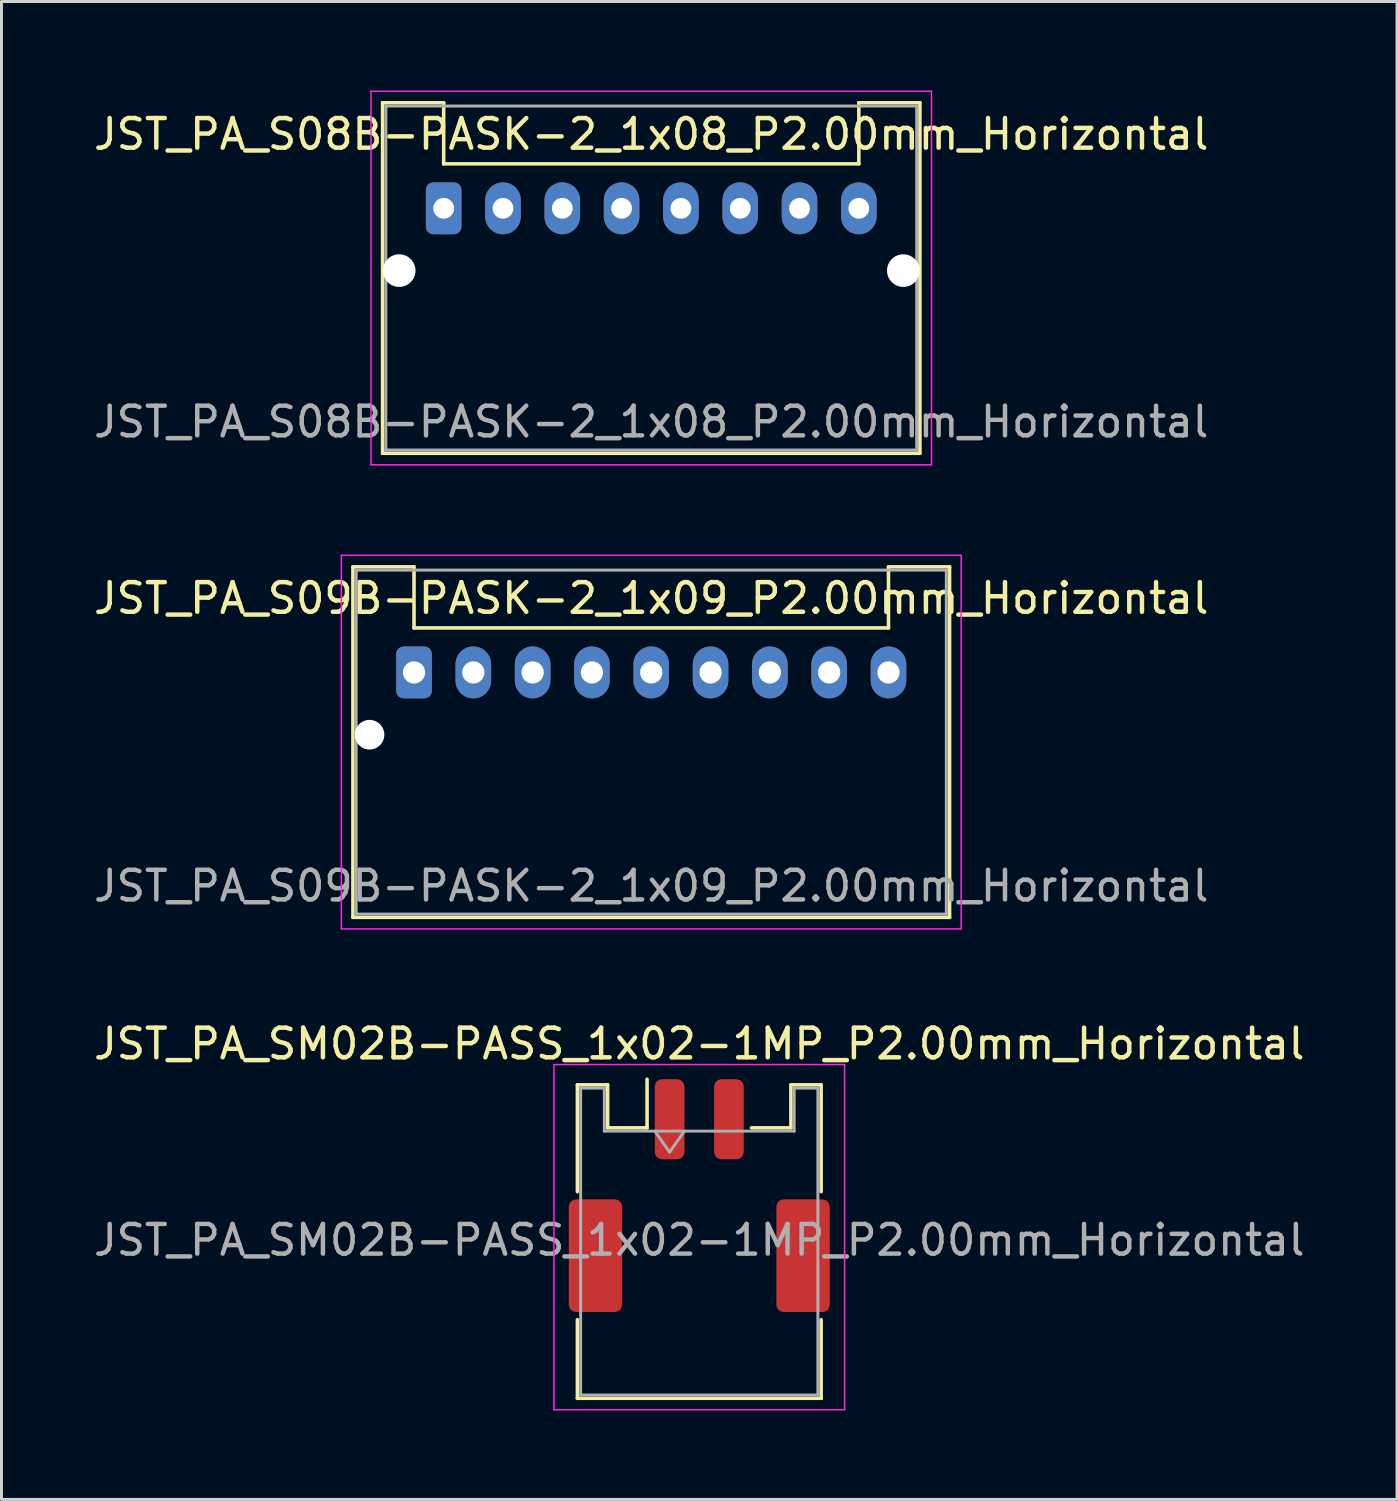
<source format=kicad_pcb>
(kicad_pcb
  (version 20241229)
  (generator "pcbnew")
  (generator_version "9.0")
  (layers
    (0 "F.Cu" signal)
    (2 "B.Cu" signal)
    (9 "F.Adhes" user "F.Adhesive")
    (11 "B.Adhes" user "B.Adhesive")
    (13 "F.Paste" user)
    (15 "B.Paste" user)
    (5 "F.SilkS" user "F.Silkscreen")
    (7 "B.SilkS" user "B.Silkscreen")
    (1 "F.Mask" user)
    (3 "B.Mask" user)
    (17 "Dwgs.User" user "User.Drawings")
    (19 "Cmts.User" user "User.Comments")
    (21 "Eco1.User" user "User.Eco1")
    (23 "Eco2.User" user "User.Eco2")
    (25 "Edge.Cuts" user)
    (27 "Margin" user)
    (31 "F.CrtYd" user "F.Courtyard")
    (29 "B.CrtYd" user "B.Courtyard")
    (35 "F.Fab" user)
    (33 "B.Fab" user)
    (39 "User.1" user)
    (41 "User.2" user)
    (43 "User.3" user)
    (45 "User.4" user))
  (footprint "JST_PA_SM02B-PASS_1x02-1MP_P2.00mm_Horizontal"
    (layer "F.Cu")
    (at 20.53 37.268)
    (property "Reference" "JST_PA_SM02B-PASS_1x02-1MP_P2.00mm_Horizontal" (at 0 -5.12 0) (layer "F.SilkS") (effects (font (size 1 1) (thickness 0.15))))
    (attr smd)
    (fp_line (start -4.11 -3.735) (end -3.09 -3.735) (stroke (width 0.12) (type solid)) (layer "F.SilkS"))
    (fp_line (start -4.11 -0.135) (end -4.11 -3.735) (stroke (width 0.12) (type solid)) (layer "F.SilkS"))
    (fp_line (start -4.11 4.185) (end -4.11 6.835) (stroke (width 0.12) (type solid)) (layer "F.SilkS"))
    (fp_line (start -4.11 6.835) (end 4.11 6.835) (stroke (width 0.12) (type solid)) (layer "F.SilkS"))
    (fp_line (start -3.09 -3.735) (end -3.09 -2.285) (stroke (width 0.12) (type solid)) (layer "F.SilkS"))
    (fp_line (start -3.09 -2.285) (end -1.76 -2.285) (stroke (width 0.12) (type solid)) (layer "F.SilkS"))
    (fp_line (start -1.76 -2.285) (end -1.76 -3.925) (stroke (width 0.12) (type solid)) (layer "F.SilkS"))
    (fp_line (start 3.09 -3.735) (end 3.09 -2.285) (stroke (width 0.12) (type solid)) (layer "F.SilkS"))
    (fp_line (start 3.09 -2.285) (end 1.76 -2.285) (stroke (width 0.12) (type solid)) (layer "F.SilkS"))
    (fp_line (start 4.11 -3.735) (end 3.09 -3.735) (stroke (width 0.12) (type solid)) (layer "F.SilkS"))
    (fp_line (start 4.11 -0.135) (end 4.11 -3.735) (stroke (width 0.12) (type solid)) (layer "F.SilkS"))
    (fp_line (start 4.11 6.835) (end 4.11 4.185) (stroke (width 0.12) (type solid)) (layer "F.SilkS"))
    (fp_line (start -4.9 -4.42) (end -4.9 7.22) (stroke (width 0.05) (type solid)) (layer "F.CrtYd"))
    (fp_line (start -4.9 7.22) (end 4.9 7.22) (stroke (width 0.05) (type solid)) (layer "F.CrtYd"))
    (fp_line (start 4.9 -4.42) (end -4.9 -4.42) (stroke (width 0.05) (type solid)) (layer "F.CrtYd"))
    (fp_line (start 4.9 7.22) (end 4.9 -4.42) (stroke (width 0.05) (type solid)) (layer "F.CrtYd"))
    (fp_line (start -4 -3.625) (end -4 6.725) (stroke (width 0.1) (type solid)) (layer "F.Fab"))
    (fp_line (start -4 -3.625) (end -3.2 -3.625) (stroke (width 0.1) (type solid)) (layer "F.Fab"))
    (fp_line (start -4 6.725) (end 4 6.725) (stroke (width 0.1) (type solid)) (layer "F.Fab"))
    (fp_line (start -3.2 -3.625) (end -3.2 -2.175) (stroke (width 0.1) (type solid)) (layer "F.Fab"))
    (fp_line (start -3.2 -2.175) (end 3.2 -2.175) (stroke (width 0.1) (type solid)) (layer "F.Fab"))
    (fp_line (start -1.5 -2.175) (end -1 -1.468) (stroke (width 0.1) (type solid)) (layer "F.Fab"))
    (fp_line (start -1 -1.468) (end -0.5 -2.175) (stroke (width 0.1) (type solid)) (layer "F.Fab"))
    (fp_line (start 3.2 -3.625) (end 4 -3.625) (stroke (width 0.1) (type solid)) (layer "F.Fab"))
    (fp_line (start 3.2 -2.175) (end 3.2 -3.625) (stroke (width 0.1) (type solid)) (layer "F.Fab"))
    (fp_line (start 4 -3.625) (end 4 6.725) (stroke (width 0.1) (type solid)) (layer "F.Fab"))
    (fp_text user "${REFERENCE}" (at 0 1.5 0) (layer "F.Fab") (effects (font (size 1 1) (thickness 0.15))))
    (pad "1" smd roundrect (at -1 -2.575) (size 1 2.7) (layers "F.Cu" "F.Mask" "F.Paste") (roundrect_rratio 0.25))
    (pad "2" smd roundrect (at 1 -2.575) (size 1 2.7) (layers "F.Cu" "F.Mask" "F.Paste") (roundrect_rratio 0.25))
    (pad "MP" smd roundrect (at -3.5 2.025) (size 1.8 3.8) (layers "F.Cu" "F.Mask" "F.Paste") (roundrect_rratio 0.139))
    (pad "MP" smd roundrect (at 3.5 2.025) (size 1.8 3.8) (layers "F.Cu" "F.Mask" "F.Paste") (roundrect_rratio 0.139)))
  (footprint "JST_PA_S08B-PASK-2_1x08_P2.00mm_Horizontal"
    (layer "F.Cu")
    (at 11.911 3.975)
    (property "Reference" "JST_PA_S08B-PASK-2_1x08_P2.00mm_Horizontal" (at 7 -2.5 0) (layer "F.SilkS") (effects (font (size 1 1) (thickness 0.15))))
    (attr through_hole)
    (fp_line (start -2.06 -3.56) (end -2.06 8.26) (stroke (width 0.12) (type solid)) (layer "F.SilkS"))
    (fp_line (start -2.06 8.26) (end 16.06 8.26) (stroke (width 0.12) (type solid)) (layer "F.SilkS"))
    (fp_line (start 0 -3.56) (end -2.06 -3.56) (stroke (width 0.12) (type solid)) (layer "F.SilkS"))
    (fp_line (start 0 -1.5) (end 0 -3.56) (stroke (width 0.12) (type solid)) (layer "F.SilkS"))
    (fp_line (start 0 -1.5) (end 14 -1.5) (stroke (width 0.12) (type solid)) (layer "F.SilkS"))
    (fp_line (start 14 -3.56) (end 16.06 -3.56) (stroke (width 0.12) (type solid)) (layer "F.SilkS"))
    (fp_line (start 14 -1.5) (end 14 -3.56) (stroke (width 0.12) (type solid)) (layer "F.SilkS"))
    (fp_line (start 16.06 8.26) (end 16.06 -3.56) (stroke (width 0.12) (type solid)) (layer "F.SilkS"))
    (fp_line (start -2.45 -3.95) (end -2.45 8.65) (stroke (width 0.05) (type solid)) (layer "F.CrtYd"))
    (fp_line (start -2.45 8.65) (end 16.45 8.65) (stroke (width 0.05) (type solid)) (layer "F.CrtYd"))
    (fp_line (start 16.45 -3.95) (end -2.45 -3.95) (stroke (width 0.05) (type solid)) (layer "F.CrtYd"))
    (fp_line (start 16.45 8.65) (end 16.45 -3.95) (stroke (width 0.05) (type solid)) (layer "F.CrtYd"))
    (fp_line (start -1.95 -3.45) (end -1.95 8.15) (stroke (width 0.1) (type solid)) (layer "F.Fab"))
    (fp_line (start -1.95 8.15) (end 15.95 8.15) (stroke (width 0.1) (type solid)) (layer "F.Fab"))
    (fp_line (start 15.95 -3.45) (end -1.95 -3.45) (stroke (width 0.1) (type solid)) (layer "F.Fab"))
    (fp_line (start 15.95 8.15) (end 15.95 -3.45) (stroke (width 0.1) (type solid)) (layer "F.Fab"))
    (fp_text user "${REFERENCE}" (at 7 7.2 0) (layer "F.Fab") (effects (font (size 1 1) (thickness 0.15))))
    (pad "" np_thru_hole oval (at -1.5 2.1) (size 1.1 1.1) (drill 1.1) (layers "*.Cu" "*.Mask"))
    (pad "" np_thru_hole oval (at 15.5 2.1) (size 1.1 1.1) (drill 1.1) (layers "*.Cu" "*.Mask"))
    (pad "1" thru_hole roundrect (at 0 0) (size 1.2 1.75) (drill 0.7) (layers "*.Cu" "*.Mask") (roundrect_rratio 0.208))
    (pad "2" thru_hole oval (at 2 0) (size 1.2 1.75) (drill 0.7) (layers "*.Cu" "*.Mask"))
    (pad "3" thru_hole oval (at 4 0) (size 1.2 1.75) (drill 0.7) (layers "*.Cu" "*.Mask"))
    (pad "4" thru_hole oval (at 6 0) (size 1.2 1.75) (drill 0.7) (layers "*.Cu" "*.Mask"))
    (pad "5" thru_hole oval (at 8 0) (size 1.2 1.75) (drill 0.7) (layers "*.Cu" "*.Mask"))
    (pad "6" thru_hole oval (at 10 0) (size 1.2 1.75) (drill 0.7) (layers "*.Cu" "*.Mask"))
    (pad "7" thru_hole oval (at 12 0) (size 1.2 1.75) (drill 0.7) (layers "*.Cu" "*.Mask"))
    (pad "8" thru_hole oval (at 14 0) (size 1.2 1.75) (drill 0.7) (layers "*.Cu" "*.Mask")))
  (footprint "JST_PA_S09B-PASK-2_1x09_P2.00mm_Horizontal"
    (layer "F.Cu")
    (at 10.911 19.625)
    (property "Reference" "JST_PA_S09B-PASK-2_1x09_P2.00mm_Horizontal" (at 8 -2.5 0) (layer "F.SilkS") (effects (font (size 1 1) (thickness 0.15))))
    (attr through_hole)
    (fp_line (start -2.06 -3.56) (end -2.06 8.26) (stroke (width 0.12) (type solid)) (layer "F.SilkS"))
    (fp_line (start -2.06 8.26) (end 18.06 8.26) (stroke (width 0.12) (type solid)) (layer "F.SilkS"))
    (fp_line (start 0 -3.56) (end -2.06 -3.56) (stroke (width 0.12) (type solid)) (layer "F.SilkS"))
    (fp_line (start 0 -1.5) (end 0 -3.56) (stroke (width 0.12) (type solid)) (layer "F.SilkS"))
    (fp_line (start 0 -1.5) (end 16 -1.5) (stroke (width 0.12) (type solid)) (layer "F.SilkS"))
    (fp_line (start 16 -3.56) (end 18.06 -3.56) (stroke (width 0.12) (type solid)) (layer "F.SilkS"))
    (fp_line (start 16 -1.5) (end 16 -3.56) (stroke (width 0.12) (type solid)) (layer "F.SilkS"))
    (fp_line (start 18.06 8.26) (end 18.06 -3.56) (stroke (width 0.12) (type solid)) (layer "F.SilkS"))
    (fp_line (start -2.45 -3.95) (end -2.45 8.65) (stroke (width 0.05) (type solid)) (layer "F.CrtYd"))
    (fp_line (start -2.45 8.65) (end 18.45 8.65) (stroke (width 0.05) (type solid)) (layer "F.CrtYd"))
    (fp_line (start 18.45 -3.95) (end -2.45 -3.95) (stroke (width 0.05) (type solid)) (layer "F.CrtYd"))
    (fp_line (start 18.45 8.65) (end 18.45 -3.95) (stroke (width 0.05) (type solid)) (layer "F.CrtYd"))
    (fp_line (start -1.95 -3.45) (end -1.95 8.15) (stroke (width 0.1) (type solid)) (layer "F.Fab"))
    (fp_line (start -1.95 8.15) (end 17.95 8.15) (stroke (width 0.1) (type solid)) (layer "F.Fab"))
    (fp_line (start 17.95 -3.45) (end -1.95 -3.45) (stroke (width 0.1) (type solid)) (layer "F.Fab"))
    (fp_line (start 17.95 8.15) (end 17.95 -3.45) (stroke (width 0.1) (type solid)) (layer "F.Fab"))
    (fp_text user "${REFERENCE}" (at 8 7.2 0) (layer "F.Fab") (effects (font (size 1 1) (thickness 0.15))))
    (pad "" np_thru_hole circle (at -1.5 2.1) (size 1 1) (drill 1) (layers "*.Cu" "*.Mask"))
    (pad "1" thru_hole roundrect (at 0 0) (size 1.2 1.75) (drill 0.75) (layers "*.Cu" "*.Mask") (roundrect_rratio 0.208))
    (pad "2" thru_hole oval (at 2 0) (size 1.2 1.75) (drill 0.75) (layers "*.Cu" "*.Mask"))
    (pad "3" thru_hole oval (at 4 0) (size 1.2 1.75) (drill 0.75) (layers "*.Cu" "*.Mask"))
    (pad "4" thru_hole oval (at 6 0) (size 1.2 1.75) (drill 0.75) (layers "*.Cu" "*.Mask"))
    (pad "5" thru_hole oval (at 8 0) (size 1.2 1.75) (drill 0.75) (layers "*.Cu" "*.Mask"))
    (pad "6" thru_hole oval (at 10 0) (size 1.2 1.75) (drill 0.75) (layers "*.Cu" "*.Mask"))
    (pad "7" thru_hole oval (at 12 0) (size 1.2 1.75) (drill 0.75) (layers "*.Cu" "*.Mask"))
    (pad "8" thru_hole oval (at 14 0) (size 1.2 1.75) (drill 0.75) (layers "*.Cu" "*.Mask"))
    (pad "9" thru_hole oval (at 16 0) (size 1.2 1.75) (drill 0.75) (layers "*.Cu" "*.Mask")))
  (gr_rect
    (start -3 -3)
    (end 44.06 47.513)
    (stroke (width 0.1) (type default))
    (fill no)
    (layer "Edge.Cuts")))
</source>
